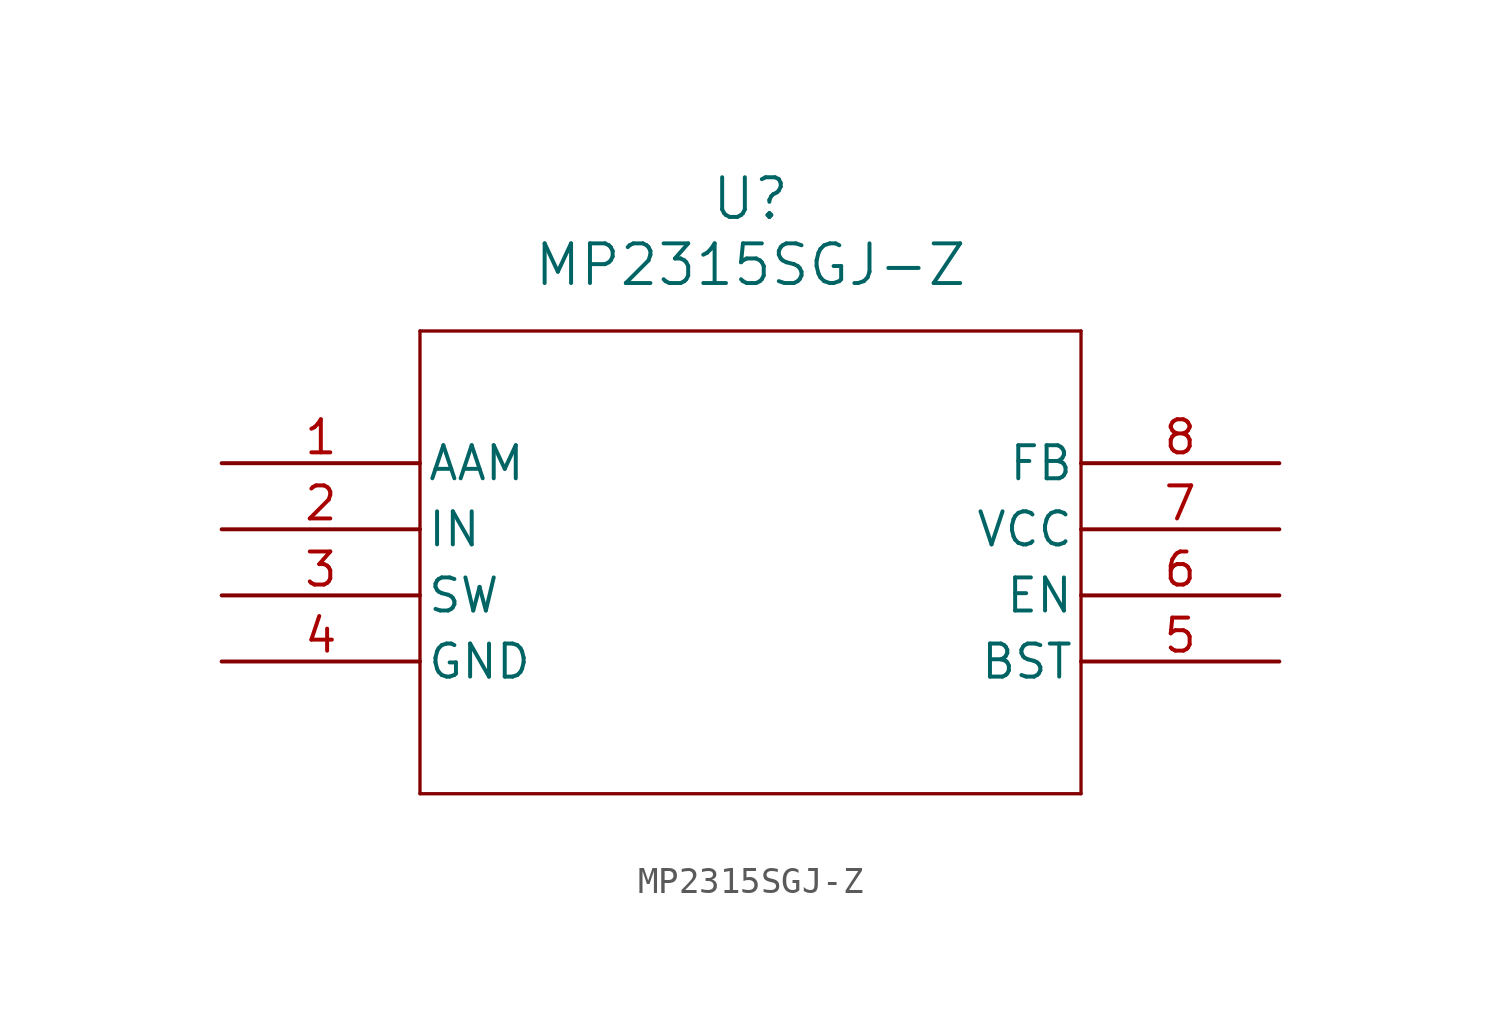
<source format=kicad_sym>
(kicad_symbol_lib
  (version 20220914)
  (generator kicad_symbol_editor)
  (symbol "MP2315SGJ-Z"
    (pin_names
      (offset 0.254))
    (property "Reference" "U"
      (at 20.32 10.16 0)
      (effects (font (size 1.524 1.524))))
    (property "Value" "MP2315SGJ-Z"
      (at 20.32 7.62 0)
      (effects (font (size 1.524 1.524))))
    (property "ki_locked" ""
      (at 0 0 0)
      (effects (font (size 1.27 1.27))))
    (symbol "MP2315SGJ-Z_0_1"
      (polyline (pts (xy 7.62 -12.7) (xy 33.02 -12.7)) (stroke (width 0.127) (type default)) (fill (type none)))
      (polyline (pts (xy 7.62 5.08) (xy 7.62 -12.7)) (stroke (width 0.127) (type default)) (fill (type none)))
      (polyline (pts (xy 33.02 -12.7) (xy 33.02 5.08)) (stroke (width 0.127) (type default)) (fill (type none)))
      (polyline (pts (xy 33.02 5.08) (xy 7.62 5.08)) (stroke (width 0.127) (type default)) (fill (type none)))
      (pin power_in line (at 0 -2.54 0) (length 7.62) (name "IN" (effects (font (size 1.27 1.27)))) (number "2" (effects (font (size 1.27 1.27)))))
      (pin output line (at 0 -5.08 0) (length 7.62) (name "SW" (effects (font (size 1.27 1.27)))) (number "3" (effects (font (size 1.27 1.27)))))
      (pin power_in line (at 0 -7.62 0) (length 7.62) (name "GND" (effects (font (size 1.27 1.27)))) (number "4" (effects (font (size 1.27 1.27)))))
      (pin power_in line (at 40.64 -7.62 180) (length 7.62) (name "BST" (effects (font (size 1.27 1.27)))) (number "5" (effects (font (size 1.27 1.27)))))
      (pin power_in line (at 40.64 -2.54 180) (length 7.62) (name "VCC" (effects (font (size 1.27 1.27)))) (number "7" (effects (font (size 1.27 1.27))))))
    (symbol "MP2315SGJ-Z_1_1"
      (pin input line (at 0 0 0) (length 7.62) (name "AAM" (effects (font (size 1.27 1.27)))) (number "1" (effects (font (size 1.27 1.27)))))
      (pin output line (at 40.64 -5.08 180) (length 7.62) (name "EN" (effects (font (size 1.27 1.27)))) (number "6" (effects (font (size 1.27 1.27)))))
      (pin input line (at 40.64 0 180) (length 7.62) (name "FB" (effects (font (size 1.27 1.27)))) (number "8" (effects (font (size 1.27 1.27))))))))
</source>
